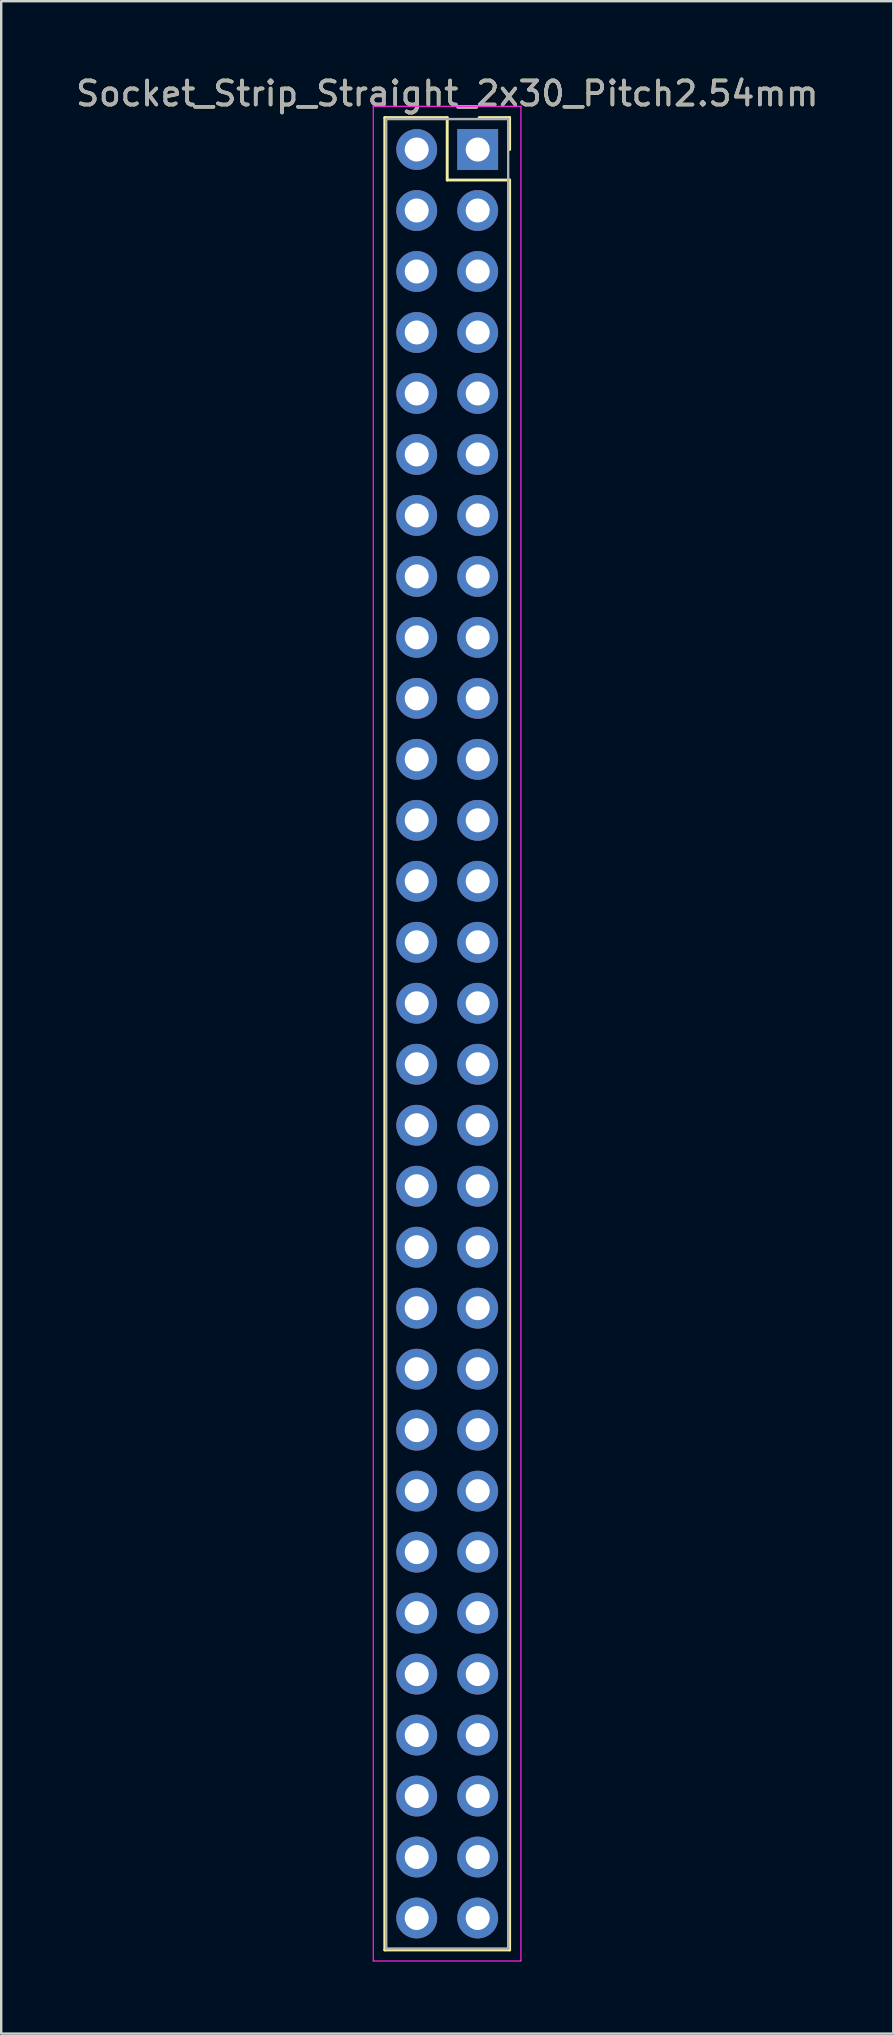
<source format=kicad_pcb>
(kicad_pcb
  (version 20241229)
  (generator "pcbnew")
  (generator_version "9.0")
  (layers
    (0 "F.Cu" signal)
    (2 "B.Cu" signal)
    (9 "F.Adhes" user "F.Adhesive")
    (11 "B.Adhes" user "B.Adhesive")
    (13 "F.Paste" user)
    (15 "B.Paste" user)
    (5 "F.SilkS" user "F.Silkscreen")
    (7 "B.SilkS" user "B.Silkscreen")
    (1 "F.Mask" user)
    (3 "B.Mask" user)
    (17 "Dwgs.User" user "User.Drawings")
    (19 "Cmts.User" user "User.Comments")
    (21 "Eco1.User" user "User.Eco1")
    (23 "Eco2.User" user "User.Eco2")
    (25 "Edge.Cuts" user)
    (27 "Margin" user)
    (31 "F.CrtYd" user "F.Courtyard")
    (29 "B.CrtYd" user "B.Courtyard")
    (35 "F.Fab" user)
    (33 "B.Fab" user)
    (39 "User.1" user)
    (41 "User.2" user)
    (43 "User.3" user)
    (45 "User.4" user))
  (footprint "Socket_Strip_Straight_2x30_Pitch2.54mm"
    (layer "F.Cu")
    (at 16.847 3.178)
    (property "Reference" "Socket_Strip_Straight_2x30_Pitch2.54mm" (at -1.27 -2.33 0) (layer "F.SilkS") (effects (font (size 1 1) (thickness 0.15))))
    (attr through_hole)
    (fp_line (start -3.87 -1.33) (end -1.27 -1.33) (stroke (width 0.12) (type solid)) (layer "F.SilkS"))
    (fp_line (start -3.87 74.99) (end -3.87 -1.33) (stroke (width 0.12) (type solid)) (layer "F.SilkS"))
    (fp_line (start -1.27 -1.33) (end -1.27 1.27) (stroke (width 0.12) (type solid)) (layer "F.SilkS"))
    (fp_line (start -1.27 1.27) (end 1.33 1.27) (stroke (width 0.12) (type solid)) (layer "F.SilkS"))
    (fp_line (start 1.33 -1.33) (end 0.06 -1.33) (stroke (width 0.12) (type solid)) (layer "F.SilkS"))
    (fp_line (start 1.33 0) (end 1.33 -1.33) (stroke (width 0.12) (type solid)) (layer "F.SilkS"))
    (fp_line (start 1.33 1.27) (end 1.33 74.99) (stroke (width 0.12) (type solid)) (layer "F.SilkS"))
    (fp_line (start 1.33 74.99) (end -3.87 74.99) (stroke (width 0.12) (type solid)) (layer "F.SilkS"))
    (fp_line (start -4.35 -1.8) (end -4.35 75.45) (stroke (width 0.05) (type solid)) (layer "F.CrtYd"))
    (fp_line (start -4.35 75.45) (end 1.8 75.45) (stroke (width 0.05) (type solid)) (layer "F.CrtYd"))
    (fp_line (start 1.8 -1.8) (end -4.35 -1.8) (stroke (width 0.05) (type solid)) (layer "F.CrtYd"))
    (fp_line (start 1.8 75.45) (end 1.8 -1.8) (stroke (width 0.05) (type solid)) (layer "F.CrtYd"))
    (fp_line (start -3.81 -1.27) (end -3.81 74.93) (stroke (width 0.1) (type solid)) (layer "F.Fab"))
    (fp_line (start -3.81 74.93) (end 1.27 74.93) (stroke (width 0.1) (type solid)) (layer "F.Fab"))
    (fp_line (start 1.27 -1.27) (end -3.81 -1.27) (stroke (width 0.1) (type solid)) (layer "F.Fab"))
    (fp_line (start 1.27 74.93) (end 1.27 -1.27) (stroke (width 0.1) (type solid)) (layer "F.Fab"))
    (fp_text user "${REFERENCE}" (at -1.27 -2.33 0) (layer "F.Fab") (effects (font (size 1 1) (thickness 0.15))))
    (pad "1" thru_hole rect (at 0 0) (size 1.7 1.7) (drill 1) (layers "*.Cu" "*.Mask"))
    (pad "2" thru_hole oval (at -2.54 0) (size 1.7 1.7) (drill 1) (layers "*.Cu" "*.Mask"))
    (pad "3" thru_hole oval (at 0 2.54) (size 1.7 1.7) (drill 1) (layers "*.Cu" "*.Mask"))
    (pad "4" thru_hole oval (at -2.54 2.54) (size 1.7 1.7) (drill 1) (layers "*.Cu" "*.Mask"))
    (pad "5" thru_hole oval (at 0 5.08) (size 1.7 1.7) (drill 1) (layers "*.Cu" "*.Mask"))
    (pad "6" thru_hole oval (at -2.54 5.08) (size 1.7 1.7) (drill 1) (layers "*.Cu" "*.Mask"))
    (pad "7" thru_hole oval (at 0 7.62) (size 1.7 1.7) (drill 1) (layers "*.Cu" "*.Mask"))
    (pad "8" thru_hole oval (at -2.54 7.62) (size 1.7 1.7) (drill 1) (layers "*.Cu" "*.Mask"))
    (pad "9" thru_hole oval (at 0 10.16) (size 1.7 1.7) (drill 1) (layers "*.Cu" "*.Mask"))
    (pad "10" thru_hole oval (at -2.54 10.16) (size 1.7 1.7) (drill 1) (layers "*.Cu" "*.Mask"))
    (pad "11" thru_hole oval (at 0 12.7) (size 1.7 1.7) (drill 1) (layers "*.Cu" "*.Mask"))
    (pad "12" thru_hole oval (at -2.54 12.7) (size 1.7 1.7) (drill 1) (layers "*.Cu" "*.Mask"))
    (pad "13" thru_hole oval (at 0 15.24) (size 1.7 1.7) (drill 1) (layers "*.Cu" "*.Mask"))
    (pad "14" thru_hole oval (at -2.54 15.24) (size 1.7 1.7) (drill 1) (layers "*.Cu" "*.Mask"))
    (pad "15" thru_hole oval (at 0 17.78) (size 1.7 1.7) (drill 1) (layers "*.Cu" "*.Mask"))
    (pad "16" thru_hole oval (at -2.54 17.78) (size 1.7 1.7) (drill 1) (layers "*.Cu" "*.Mask"))
    (pad "17" thru_hole oval (at 0 20.32) (size 1.7 1.7) (drill 1) (layers "*.Cu" "*.Mask"))
    (pad "18" thru_hole oval (at -2.54 20.32) (size 1.7 1.7) (drill 1) (layers "*.Cu" "*.Mask"))
    (pad "19" thru_hole oval (at 0 22.86) (size 1.7 1.7) (drill 1) (layers "*.Cu" "*.Mask"))
    (pad "20" thru_hole oval (at -2.54 22.86) (size 1.7 1.7) (drill 1) (layers "*.Cu" "*.Mask"))
    (pad "21" thru_hole oval (at 0 25.4) (size 1.7 1.7) (drill 1) (layers "*.Cu" "*.Mask"))
    (pad "22" thru_hole oval (at -2.54 25.4) (size 1.7 1.7) (drill 1) (layers "*.Cu" "*.Mask"))
    (pad "23" thru_hole oval (at 0 27.94) (size 1.7 1.7) (drill 1) (layers "*.Cu" "*.Mask"))
    (pad "24" thru_hole oval (at -2.54 27.94) (size 1.7 1.7) (drill 1) (layers "*.Cu" "*.Mask"))
    (pad "25" thru_hole oval (at 0 30.48) (size 1.7 1.7) (drill 1) (layers "*.Cu" "*.Mask"))
    (pad "26" thru_hole oval (at -2.54 30.48) (size 1.7 1.7) (drill 1) (layers "*.Cu" "*.Mask"))
    (pad "27" thru_hole oval (at 0 33.02) (size 1.7 1.7) (drill 1) (layers "*.Cu" "*.Mask"))
    (pad "28" thru_hole oval (at -2.54 33.02) (size 1.7 1.7) (drill 1) (layers "*.Cu" "*.Mask"))
    (pad "29" thru_hole oval (at 0 35.56) (size 1.7 1.7) (drill 1) (layers "*.Cu" "*.Mask"))
    (pad "30" thru_hole oval (at -2.54 35.56) (size 1.7 1.7) (drill 1) (layers "*.Cu" "*.Mask"))
    (pad "31" thru_hole oval (at 0 38.1) (size 1.7 1.7) (drill 1) (layers "*.Cu" "*.Mask"))
    (pad "32" thru_hole oval (at -2.54 38.1) (size 1.7 1.7) (drill 1) (layers "*.Cu" "*.Mask"))
    (pad "33" thru_hole oval (at 0 40.64) (size 1.7 1.7) (drill 1) (layers "*.Cu" "*.Mask"))
    (pad "34" thru_hole oval (at -2.54 40.64) (size 1.7 1.7) (drill 1) (layers "*.Cu" "*.Mask"))
    (pad "35" thru_hole oval (at 0 43.18) (size 1.7 1.7) (drill 1) (layers "*.Cu" "*.Mask"))
    (pad "36" thru_hole oval (at -2.54 43.18) (size 1.7 1.7) (drill 1) (layers "*.Cu" "*.Mask"))
    (pad "37" thru_hole oval (at 0 45.72) (size 1.7 1.7) (drill 1) (layers "*.Cu" "*.Mask"))
    (pad "38" thru_hole oval (at -2.54 45.72) (size 1.7 1.7) (drill 1) (layers "*.Cu" "*.Mask"))
    (pad "39" thru_hole oval (at 0 48.26) (size 1.7 1.7) (drill 1) (layers "*.Cu" "*.Mask"))
    (pad "40" thru_hole oval (at -2.54 48.26) (size 1.7 1.7) (drill 1) (layers "*.Cu" "*.Mask"))
    (pad "41" thru_hole oval (at 0 50.8) (size 1.7 1.7) (drill 1) (layers "*.Cu" "*.Mask"))
    (pad "42" thru_hole oval (at -2.54 50.8) (size 1.7 1.7) (drill 1) (layers "*.Cu" "*.Mask"))
    (pad "43" thru_hole oval (at 0 53.34) (size 1.7 1.7) (drill 1) (layers "*.Cu" "*.Mask"))
    (pad "44" thru_hole oval (at -2.54 53.34) (size 1.7 1.7) (drill 1) (layers "*.Cu" "*.Mask"))
    (pad "45" thru_hole oval (at 0 55.88) (size 1.7 1.7) (drill 1) (layers "*.Cu" "*.Mask"))
    (pad "46" thru_hole oval (at -2.54 55.88) (size 1.7 1.7) (drill 1) (layers "*.Cu" "*.Mask"))
    (pad "47" thru_hole oval (at 0 58.42) (size 1.7 1.7) (drill 1) (layers "*.Cu" "*.Mask"))
    (pad "48" thru_hole oval (at -2.54 58.42) (size 1.7 1.7) (drill 1) (layers "*.Cu" "*.Mask"))
    (pad "49" thru_hole oval (at 0 60.96) (size 1.7 1.7) (drill 1) (layers "*.Cu" "*.Mask"))
    (pad "50" thru_hole oval (at -2.54 60.96) (size 1.7 1.7) (drill 1) (layers "*.Cu" "*.Mask"))
    (pad "51" thru_hole oval (at 0 63.5) (size 1.7 1.7) (drill 1) (layers "*.Cu" "*.Mask"))
    (pad "52" thru_hole oval (at -2.54 63.5) (size 1.7 1.7) (drill 1) (layers "*.Cu" "*.Mask"))
    (pad "53" thru_hole oval (at 0 66.04) (size 1.7 1.7) (drill 1) (layers "*.Cu" "*.Mask"))
    (pad "54" thru_hole oval (at -2.54 66.04) (size 1.7 1.7) (drill 1) (layers "*.Cu" "*.Mask"))
    (pad "55" thru_hole oval (at 0 68.58) (size 1.7 1.7) (drill 1) (layers "*.Cu" "*.Mask"))
    (pad "56" thru_hole oval (at -2.54 68.58) (size 1.7 1.7) (drill 1) (layers "*.Cu" "*.Mask"))
    (pad "57" thru_hole oval (at 0 71.12) (size 1.7 1.7) (drill 1) (layers "*.Cu" "*.Mask"))
    (pad "58" thru_hole oval (at -2.54 71.12) (size 1.7 1.7) (drill 1) (layers "*.Cu" "*.Mask"))
    (pad "59" thru_hole oval (at 0 73.66) (size 1.7 1.7) (drill 1) (layers "*.Cu" "*.Mask"))
    (pad "60" thru_hole oval (at -2.54 73.66) (size 1.7 1.7) (drill 1) (layers "*.Cu" "*.Mask")))
  (gr_rect
    (start -3 -3)
    (end 34.155 81.653)
    (stroke (width 0.1) (type default))
    (fill no)
    (layer "Edge.Cuts")))
</source>
